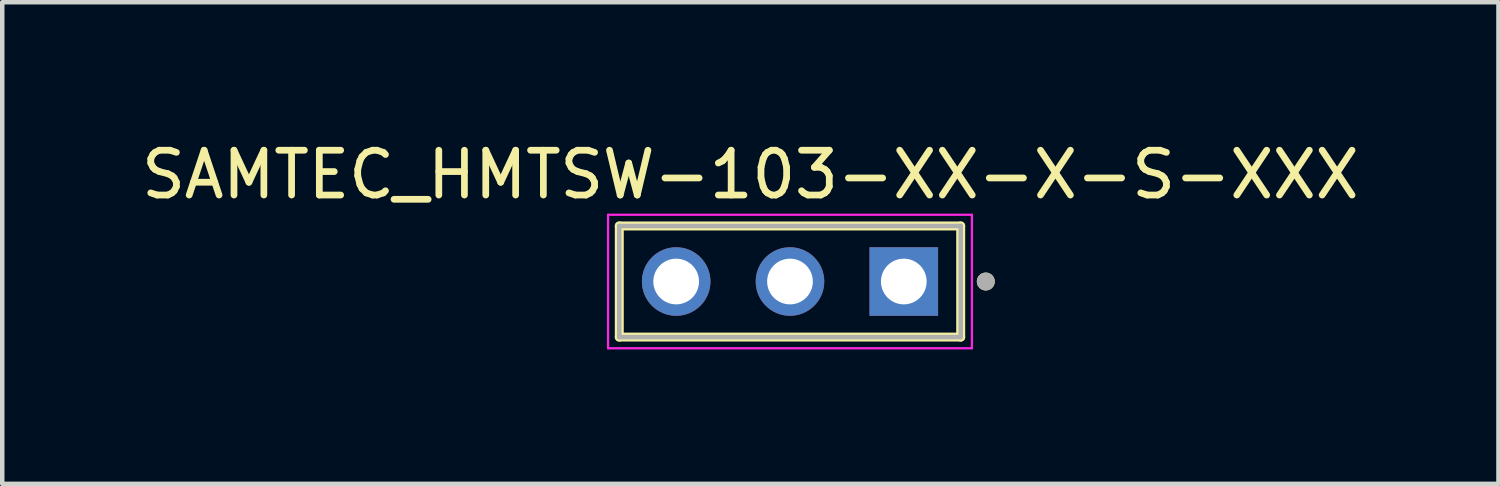
<source format=kicad_pcb>
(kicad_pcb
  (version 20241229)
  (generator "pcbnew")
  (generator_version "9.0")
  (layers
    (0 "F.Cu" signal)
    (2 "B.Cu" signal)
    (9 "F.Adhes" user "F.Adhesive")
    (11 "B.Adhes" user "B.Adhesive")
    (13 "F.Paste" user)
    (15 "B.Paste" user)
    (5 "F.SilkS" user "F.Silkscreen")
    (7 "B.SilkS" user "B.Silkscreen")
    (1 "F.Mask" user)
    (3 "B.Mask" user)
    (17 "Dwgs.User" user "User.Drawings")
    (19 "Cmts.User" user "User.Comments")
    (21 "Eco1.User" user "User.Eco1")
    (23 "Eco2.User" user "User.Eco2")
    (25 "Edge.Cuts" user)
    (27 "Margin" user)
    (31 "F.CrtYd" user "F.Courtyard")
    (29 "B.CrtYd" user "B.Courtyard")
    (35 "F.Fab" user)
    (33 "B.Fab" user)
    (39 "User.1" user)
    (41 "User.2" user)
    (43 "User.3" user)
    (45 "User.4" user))
  (footprint "SAMTEC_HMTSW-103-XX-X-S-XXX"
    (layer "F.Cu")
    (at 14.581 3.233)
    (property "Reference" "SAMTEC_HMTSW-103-XX-X-S-XXX" (at -0.885 -2.385 0) (layer "F.SilkS") (effects (font (size 1 1) (thickness 0.15))))
    (attr through_hole)
    (fp_line (start -3.81 -1.24) (end -3.81 1.24) (stroke (width 0.2) (type solid)) (layer "F.SilkS"))
    (fp_line (start -3.81 1.24) (end 3.81 1.24) (stroke (width 0.2) (type solid)) (layer "F.SilkS"))
    (fp_line (start 3.81 -1.24) (end -3.81 -1.24) (stroke (width 0.2) (type solid)) (layer "F.SilkS"))
    (fp_line (start 3.81 1.24) (end 3.81 -1.24) (stroke (width 0.2) (type solid)) (layer "F.SilkS"))
    (fp_circle (center 4.37 0) (end 4.47 0) (stroke (width 0.2) (type solid)) (fill no) (layer "F.SilkS"))
    (fp_line (start -4.06 -1.49) (end 4.06 -1.49) (stroke (width 0.05) (type solid)) (layer "F.CrtYd"))
    (fp_line (start -4.06 1.49) (end -4.06 -1.49) (stroke (width 0.05) (type solid)) (layer "F.CrtYd"))
    (fp_line (start 4.06 -1.49) (end 4.06 1.49) (stroke (width 0.05) (type solid)) (layer "F.CrtYd"))
    (fp_line (start 4.06 1.49) (end -4.06 1.49) (stroke (width 0.05) (type solid)) (layer "F.CrtYd"))
    (fp_line (start -3.81 -1.24) (end 3.81 -1.24) (stroke (width 0.1) (type solid)) (layer "F.Fab"))
    (fp_line (start -3.81 1.24) (end -3.81 -1.24) (stroke (width 0.1) (type solid)) (layer "F.Fab"))
    (fp_line (start 3.81 -1.24) (end 3.81 1.24) (stroke (width 0.1) (type solid)) (layer "F.Fab"))
    (fp_line (start 3.81 1.24) (end -3.81 1.24) (stroke (width 0.1) (type solid)) (layer "F.Fab"))
    (fp_circle (center 4.37 0) (end 4.47 0) (stroke (width 0.2) (type solid)) (fill no) (layer "F.Fab"))
    (pad "01" thru_hole rect (at 2.54 0) (size 1.53 1.53) (drill 1.02) (layers "*.Cu" "*.Mask"))
    (pad "02" thru_hole circle (at 0 0) (size 1.53 1.53) (drill 1.02) (layers "*.Cu" "*.Mask"))
    (pad "03" thru_hole circle (at -2.54 0) (size 1.53 1.53) (drill 1.02) (layers "*.Cu" "*.Mask")))
  (gr_rect
    (start -3 -3)
    (end 30.393 7.748)
    (stroke (width 0.1) (type default))
    (fill no)
    (layer "Edge.Cuts")))
</source>
